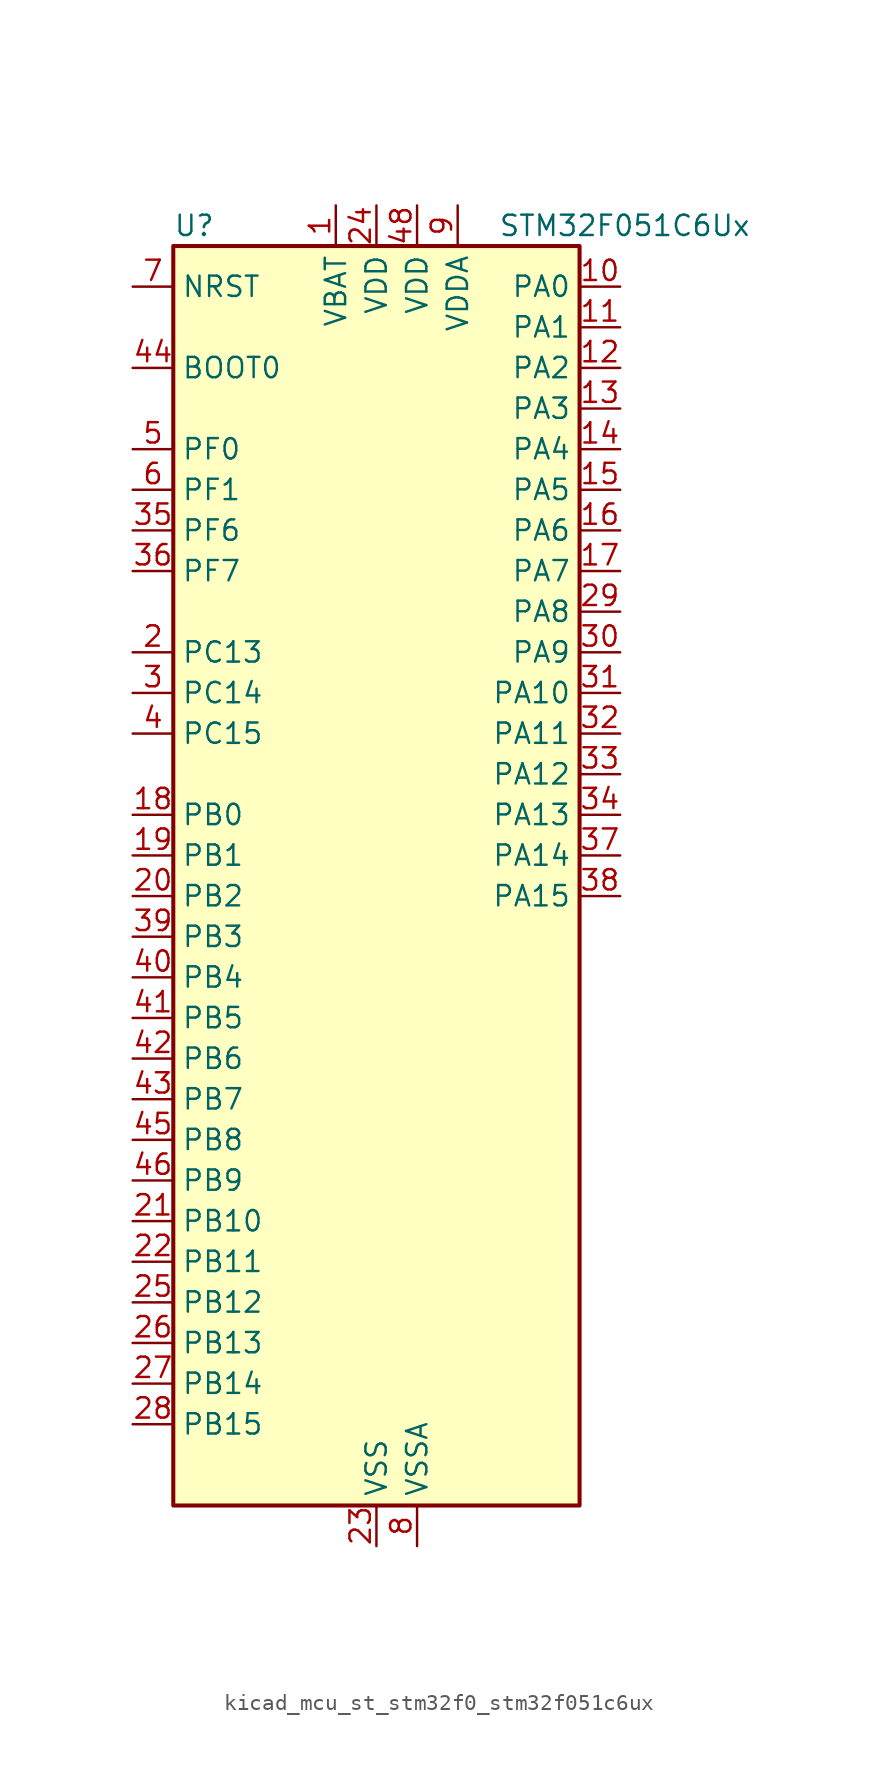
<source format=kicad_sym>
(kicad_symbol_lib
  (version 20220914)
  (generator kicad_symbol_editor)
  (symbol "kicad_mcu_st_stm32f0_stm32f051c6ux"
    (property "Reference" "U"
      (at -12.7 41.91 0)
      (effects (font (size 1.27 1.27)) (justify left)))
    (property "Value" "STM32F051C6Ux"
      (at 7.62 41.91 0)
      (effects (font (size 1.27 1.27)) (justify left)))
    (property "ki_locked" ""
      (at 0 0 0)
      (effects (font (size 1.27 1.27))))
    (symbol "kicad_mcu_st_stm32f0_stm32f051c6ux_0_1"
      (rectangle (start -12.7 -38.1) (end 12.7 40.64) (stroke (width 0.254) (type default)) (fill (type background))))
    (symbol "kicad_mcu_st_stm32f0_stm32f051c6ux_1_1"
      (pin power_in line (at -2.54 43.18 270) (length 2.54) (name "VBAT" (effects (font (size 1.27 1.27)))) (number "1" (effects (font (size 1.27 1.27)))))
      (pin bidirectional line (at 15.24 38.1 180) (length 2.54) (name "PA0" (effects (font (size 1.27 1.27)))) (number "10" (effects (font (size 1.27 1.27)))) (alternate "ADC_IN0" bidirectional line) (alternate "COMP1_INM" bidirectional line) (alternate "COMP1_OUT" bidirectional line) (alternate "RTC_TAMP2" bidirectional line) (alternate "SYS_WKUP1" bidirectional line) (alternate "TIM2_CH1" bidirectional line) (alternate "TIM2_ETR" bidirectional line) (alternate "TSC_G1_IO1" bidirectional line) (alternate "USART2_CTS" bidirectional line))
      (pin bidirectional line (at 15.24 35.56 180) (length 2.54) (name "PA1" (effects (font (size 1.27 1.27)))) (number "11" (effects (font (size 1.27 1.27)))) (alternate "ADC_IN1" bidirectional line) (alternate "COMP1_INP" bidirectional line) (alternate "TIM2_CH2" bidirectional line) (alternate "TSC_G1_IO2" bidirectional line) (alternate "USART2_DE" bidirectional line) (alternate "USART2_RTS" bidirectional line))
      (pin bidirectional line (at 15.24 33.02 180) (length 2.54) (name "PA2" (effects (font (size 1.27 1.27)))) (number "12" (effects (font (size 1.27 1.27)))) (alternate "ADC_IN2" bidirectional line) (alternate "COMP2_INM" bidirectional line) (alternate "COMP2_OUT" bidirectional line) (alternate "TIM15_CH1" bidirectional line) (alternate "TIM2_CH3" bidirectional line) (alternate "TSC_G1_IO3" bidirectional line) (alternate "USART2_TX" bidirectional line))
      (pin bidirectional line (at 15.24 30.48 180) (length 2.54) (name "PA3" (effects (font (size 1.27 1.27)))) (number "13" (effects (font (size 1.27 1.27)))) (alternate "ADC_IN3" bidirectional line) (alternate "COMP2_INP" bidirectional line) (alternate "TIM15_CH2" bidirectional line) (alternate "TIM2_CH4" bidirectional line) (alternate "TSC_G1_IO4" bidirectional line) (alternate "USART2_RX" bidirectional line))
      (pin bidirectional line (at 15.24 27.94 180) (length 2.54) (name "PA4" (effects (font (size 1.27 1.27)))) (number "14" (effects (font (size 1.27 1.27)))) (alternate "ADC_IN4" bidirectional line) (alternate "COMP1_INM" bidirectional line) (alternate "COMP2_INM" bidirectional line) (alternate "DAC1_OUT1" bidirectional line) (alternate "I2S1_WS" bidirectional line) (alternate "SPI1_NSS" bidirectional line) (alternate "TIM14_CH1" bidirectional line) (alternate "TSC_G2_IO1" bidirectional line) (alternate "USART2_CK" bidirectional line))
      (pin bidirectional line (at 15.24 25.4 180) (length 2.54) (name "PA5" (effects (font (size 1.27 1.27)))) (number "15" (effects (font (size 1.27 1.27)))) (alternate "ADC_IN5" bidirectional line) (alternate "CEC" bidirectional line) (alternate "COMP1_INM" bidirectional line) (alternate "COMP2_INM" bidirectional line) (alternate "I2S1_CK" bidirectional line) (alternate "SPI1_SCK" bidirectional line) (alternate "TIM2_CH1" bidirectional line) (alternate "TIM2_ETR" bidirectional line) (alternate "TSC_G2_IO2" bidirectional line))
      (pin bidirectional line (at 15.24 22.86 180) (length 2.54) (name "PA6" (effects (font (size 1.27 1.27)))) (number "16" (effects (font (size 1.27 1.27)))) (alternate "ADC_IN6" bidirectional line) (alternate "COMP1_OUT" bidirectional line) (alternate "I2S1_MCK" bidirectional line) (alternate "SPI1_MISO" bidirectional line) (alternate "TIM16_CH1" bidirectional line) (alternate "TIM1_BKIN" bidirectional line) (alternate "TIM3_CH1" bidirectional line) (alternate "TSC_G2_IO3" bidirectional line))
      (pin bidirectional line (at 15.24 20.32 180) (length 2.54) (name "PA7" (effects (font (size 1.27 1.27)))) (number "17" (effects (font (size 1.27 1.27)))) (alternate "ADC_IN7" bidirectional line) (alternate "COMP2_OUT" bidirectional line) (alternate "I2S1_SD" bidirectional line) (alternate "SPI1_MOSI" bidirectional line) (alternate "TIM14_CH1" bidirectional line) (alternate "TIM17_CH1" bidirectional line) (alternate "TIM1_CH1N" bidirectional line) (alternate "TIM3_CH2" bidirectional line) (alternate "TSC_G2_IO4" bidirectional line))
      (pin bidirectional line (at -15.24 5.08 0) (length 2.54) (name "PB0" (effects (font (size 1.27 1.27)))) (number "18" (effects (font (size 1.27 1.27)))) (alternate "ADC_IN8" bidirectional line) (alternate "TIM1_CH2N" bidirectional line) (alternate "TIM3_CH3" bidirectional line) (alternate "TSC_G3_IO2" bidirectional line))
      (pin bidirectional line (at -15.24 2.54 0) (length 2.54) (name "PB1" (effects (font (size 1.27 1.27)))) (number "19" (effects (font (size 1.27 1.27)))) (alternate "ADC_IN9" bidirectional line) (alternate "TIM14_CH1" bidirectional line) (alternate "TIM1_CH3N" bidirectional line) (alternate "TIM3_CH4" bidirectional line) (alternate "TSC_G3_IO3" bidirectional line))
      (pin bidirectional line (at -15.24 15.24 0) (length 2.54) (name "PC13" (effects (font (size 1.27 1.27)))) (number "2" (effects (font (size 1.27 1.27)))) (alternate "RTC_OUT_ALARM" bidirectional line) (alternate "RTC_OUT_CALIB" bidirectional line) (alternate "RTC_TAMP1" bidirectional line) (alternate "RTC_TS" bidirectional line) (alternate "SYS_WKUP2" bidirectional line))
      (pin bidirectional line (at -15.24 0 0) (length 2.54) (name "PB2" (effects (font (size 1.27 1.27)))) (number "20" (effects (font (size 1.27 1.27)))) (alternate "TSC_G3_IO4" bidirectional line))
      (pin bidirectional line (at -15.24 -20.32 0) (length 2.54) (name "PB10" (effects (font (size 1.27 1.27)))) (number "21" (effects (font (size 1.27 1.27)))) (alternate "CEC" bidirectional line) (alternate "TIM2_CH3" bidirectional line) (alternate "TSC_SYNC" bidirectional line))
      (pin bidirectional line (at -15.24 -22.86 0) (length 2.54) (name "PB11" (effects (font (size 1.27 1.27)))) (number "22" (effects (font (size 1.27 1.27)))) (alternate "TIM2_CH4" bidirectional line) (alternate "TSC_G6_IO1" bidirectional line))
      (pin power_in line (at 0 -40.64 90) (length 2.54) (name "VSS" (effects (font (size 1.27 1.27)))) (number "23" (effects (font (size 1.27 1.27)))))
      (pin power_in line (at 0 43.18 270) (length 2.54) (name "VDD" (effects (font (size 1.27 1.27)))) (number "24" (effects (font (size 1.27 1.27)))))
      (pin bidirectional line (at -15.24 -25.4 0) (length 2.54) (name "PB12" (effects (font (size 1.27 1.27)))) (number "25" (effects (font (size 1.27 1.27)))) (alternate "TIM1_BKIN" bidirectional line) (alternate "TSC_G6_IO2" bidirectional line))
      (pin bidirectional line (at -15.24 -27.94 0) (length 2.54) (name "PB13" (effects (font (size 1.27 1.27)))) (number "26" (effects (font (size 1.27 1.27)))) (alternate "TIM1_CH1N" bidirectional line) (alternate "TSC_G6_IO3" bidirectional line))
      (pin bidirectional line (at -15.24 -30.48 0) (length 2.54) (name "PB14" (effects (font (size 1.27 1.27)))) (number "27" (effects (font (size 1.27 1.27)))) (alternate "TIM15_CH1" bidirectional line) (alternate "TIM1_CH2N" bidirectional line) (alternate "TSC_G6_IO4" bidirectional line))
      (pin bidirectional line (at -15.24 -33.02 0) (length 2.54) (name "PB15" (effects (font (size 1.27 1.27)))) (number "28" (effects (font (size 1.27 1.27)))) (alternate "RTC_REFIN" bidirectional line) (alternate "TIM15_CH1N" bidirectional line) (alternate "TIM15_CH2" bidirectional line) (alternate "TIM1_CH3N" bidirectional line))
      (pin bidirectional line (at 15.24 17.78 180) (length 2.54) (name "PA8" (effects (font (size 1.27 1.27)))) (number "29" (effects (font (size 1.27 1.27)))) (alternate "RCC_MCO" bidirectional line) (alternate "TIM1_CH1" bidirectional line) (alternate "USART1_CK" bidirectional line))
      (pin bidirectional line (at -15.24 12.7 0) (length 2.54) (name "PC14" (effects (font (size 1.27 1.27)))) (number "3" (effects (font (size 1.27 1.27)))) (alternate "RCC_OSC32_IN" bidirectional line))
      (pin bidirectional line (at 15.24 15.24 180) (length 2.54) (name "PA9" (effects (font (size 1.27 1.27)))) (number "30" (effects (font (size 1.27 1.27)))) (alternate "DAC1_EXTI9" bidirectional line) (alternate "TIM15_BKIN" bidirectional line) (alternate "TIM1_CH2" bidirectional line) (alternate "TSC_G4_IO1" bidirectional line) (alternate "USART1_TX" bidirectional line))
      (pin bidirectional line (at 15.24 12.7 180) (length 2.54) (name "PA10" (effects (font (size 1.27 1.27)))) (number "31" (effects (font (size 1.27 1.27)))) (alternate "TIM17_BKIN" bidirectional line) (alternate "TIM1_CH3" bidirectional line) (alternate "TSC_G4_IO2" bidirectional line) (alternate "USART1_RX" bidirectional line))
      (pin bidirectional line (at 15.24 10.16 180) (length 2.54) (name "PA11" (effects (font (size 1.27 1.27)))) (number "32" (effects (font (size 1.27 1.27)))) (alternate "COMP1_OUT" bidirectional line) (alternate "TIM1_CH4" bidirectional line) (alternate "TSC_G4_IO3" bidirectional line) (alternate "USART1_CTS" bidirectional line))
      (pin bidirectional line (at 15.24 7.62 180) (length 2.54) (name "PA12" (effects (font (size 1.27 1.27)))) (number "33" (effects (font (size 1.27 1.27)))) (alternate "COMP2_OUT" bidirectional line) (alternate "TIM1_ETR" bidirectional line) (alternate "TSC_G4_IO4" bidirectional line) (alternate "USART1_DE" bidirectional line) (alternate "USART1_RTS" bidirectional line))
      (pin bidirectional line (at 15.24 5.08 180) (length 2.54) (name "PA13" (effects (font (size 1.27 1.27)))) (number "34" (effects (font (size 1.27 1.27)))) (alternate "IR_OUT" bidirectional line) (alternate "SYS_SWDIO" bidirectional line))
      (pin bidirectional line (at -15.24 22.86 0) (length 2.54) (name "PF6" (effects (font (size 1.27 1.27)))) (number "35" (effects (font (size 1.27 1.27)))))
      (pin bidirectional line (at -15.24 20.32 0) (length 2.54) (name "PF7" (effects (font (size 1.27 1.27)))) (number "36" (effects (font (size 1.27 1.27)))))
      (pin bidirectional line (at 15.24 2.54 180) (length 2.54) (name "PA14" (effects (font (size 1.27 1.27)))) (number "37" (effects (font (size 1.27 1.27)))) (alternate "SYS_SWCLK" bidirectional line) (alternate "USART2_TX" bidirectional line))
      (pin bidirectional line (at 15.24 0 180) (length 2.54) (name "PA15" (effects (font (size 1.27 1.27)))) (number "38" (effects (font (size 1.27 1.27)))) (alternate "I2S1_WS" bidirectional line) (alternate "SPI1_NSS" bidirectional line) (alternate "TIM2_CH1" bidirectional line) (alternate "TIM2_ETR" bidirectional line) (alternate "USART2_RX" bidirectional line))
      (pin bidirectional line (at -15.24 -2.54 0) (length 2.54) (name "PB3" (effects (font (size 1.27 1.27)))) (number "39" (effects (font (size 1.27 1.27)))) (alternate "I2S1_CK" bidirectional line) (alternate "SPI1_SCK" bidirectional line) (alternate "TIM2_CH2" bidirectional line) (alternate "TSC_G5_IO1" bidirectional line))
      (pin bidirectional line (at -15.24 10.16 0) (length 2.54) (name "PC15" (effects (font (size 1.27 1.27)))) (number "4" (effects (font (size 1.27 1.27)))) (alternate "RCC_OSC32_OUT" bidirectional line))
      (pin bidirectional line (at -15.24 -5.08 0) (length 2.54) (name "PB4" (effects (font (size 1.27 1.27)))) (number "40" (effects (font (size 1.27 1.27)))) (alternate "I2S1_MCK" bidirectional line) (alternate "SPI1_MISO" bidirectional line) (alternate "TIM3_CH1" bidirectional line) (alternate "TSC_G5_IO2" bidirectional line))
      (pin bidirectional line (at -15.24 -7.62 0) (length 2.54) (name "PB5" (effects (font (size 1.27 1.27)))) (number "41" (effects (font (size 1.27 1.27)))) (alternate "I2C1_SMBA" bidirectional line) (alternate "I2S1_SD" bidirectional line) (alternate "SPI1_MOSI" bidirectional line) (alternate "TIM16_BKIN" bidirectional line) (alternate "TIM3_CH2" bidirectional line))
      (pin bidirectional line (at -15.24 -10.16 0) (length 2.54) (name "PB6" (effects (font (size 1.27 1.27)))) (number "42" (effects (font (size 1.27 1.27)))) (alternate "I2C1_SCL" bidirectional line) (alternate "TIM16_CH1N" bidirectional line) (alternate "TSC_G5_IO3" bidirectional line) (alternate "USART1_TX" bidirectional line))
      (pin bidirectional line (at -15.24 -12.7 0) (length 2.54) (name "PB7" (effects (font (size 1.27 1.27)))) (number "43" (effects (font (size 1.27 1.27)))) (alternate "I2C1_SDA" bidirectional line) (alternate "TIM17_CH1N" bidirectional line) (alternate "TSC_G5_IO4" bidirectional line) (alternate "USART1_RX" bidirectional line))
      (pin input line (at -15.24 33.02 0) (length 2.54) (name "BOOT0" (effects (font (size 1.27 1.27)))) (number "44" (effects (font (size 1.27 1.27)))))
      (pin bidirectional line (at -15.24 -15.24 0) (length 2.54) (name "PB8" (effects (font (size 1.27 1.27)))) (number "45" (effects (font (size 1.27 1.27)))) (alternate "CEC" bidirectional line) (alternate "I2C1_SCL" bidirectional line) (alternate "TIM16_CH1" bidirectional line) (alternate "TSC_SYNC" bidirectional line))
      (pin bidirectional line (at -15.24 -17.78 0) (length 2.54) (name "PB9" (effects (font (size 1.27 1.27)))) (number "46" (effects (font (size 1.27 1.27)))) (alternate "DAC1_EXTI9" bidirectional line) (alternate "I2C1_SDA" bidirectional line) (alternate "IR_OUT" bidirectional line) (alternate "TIM17_CH1" bidirectional line))
      (pin passive line (at 0 -40.64 90) (length 2.54) hide (name "VSS" (effects (font (size 1.27 1.27)))) (number "47" (effects (font (size 1.27 1.27)))))
      (pin power_in line (at 2.54 43.18 270) (length 2.54) (name "VDD" (effects (font (size 1.27 1.27)))) (number "48" (effects (font (size 1.27 1.27)))))
      (pin passive line (at 0 -40.64 90) (length 2.54) hide (name "VSS" (effects (font (size 1.27 1.27)))) (number "49" (effects (font (size 1.27 1.27)))))
      (pin bidirectional line (at -15.24 27.94 0) (length 2.54) (name "PF0" (effects (font (size 1.27 1.27)))) (number "5" (effects (font (size 1.27 1.27)))) (alternate "RCC_OSC_IN" bidirectional line))
      (pin bidirectional line (at -15.24 25.4 0) (length 2.54) (name "PF1" (effects (font (size 1.27 1.27)))) (number "6" (effects (font (size 1.27 1.27)))) (alternate "RCC_OSC_OUT" bidirectional line))
      (pin input line (at -15.24 38.1 0) (length 2.54) (name "NRST" (effects (font (size 1.27 1.27)))) (number "7" (effects (font (size 1.27 1.27)))))
      (pin power_in line (at 2.54 -40.64 90) (length 2.54) (name "VSSA" (effects (font (size 1.27 1.27)))) (number "8" (effects (font (size 1.27 1.27)))))
      (pin power_in line (at 5.08 43.18 270) (length 2.54) (name "VDDA" (effects (font (size 1.27 1.27)))) (number "9" (effects (font (size 1.27 1.27))))))))
</source>
